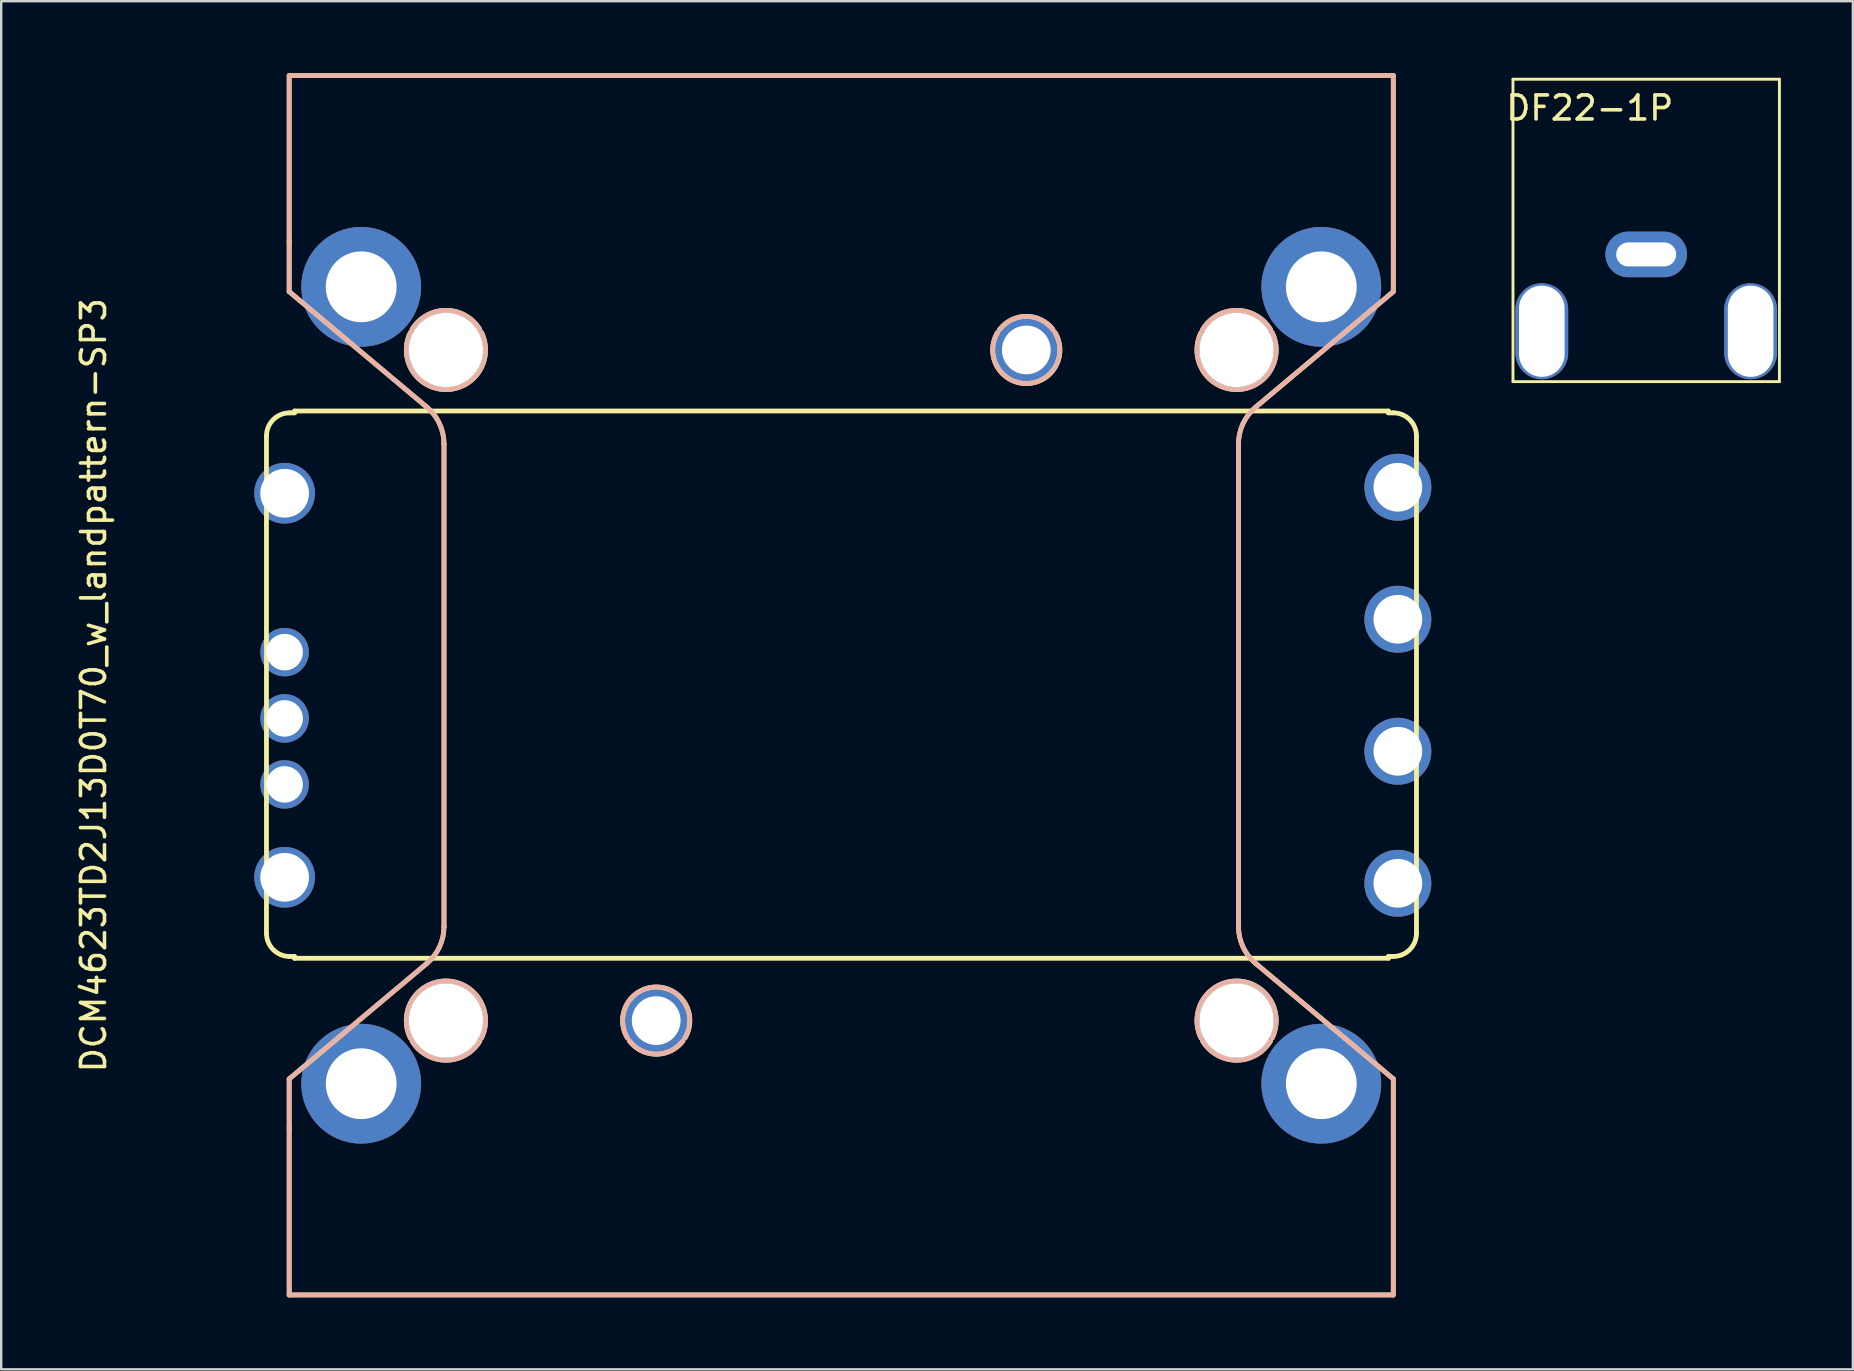
<source format=kicad_pcb>
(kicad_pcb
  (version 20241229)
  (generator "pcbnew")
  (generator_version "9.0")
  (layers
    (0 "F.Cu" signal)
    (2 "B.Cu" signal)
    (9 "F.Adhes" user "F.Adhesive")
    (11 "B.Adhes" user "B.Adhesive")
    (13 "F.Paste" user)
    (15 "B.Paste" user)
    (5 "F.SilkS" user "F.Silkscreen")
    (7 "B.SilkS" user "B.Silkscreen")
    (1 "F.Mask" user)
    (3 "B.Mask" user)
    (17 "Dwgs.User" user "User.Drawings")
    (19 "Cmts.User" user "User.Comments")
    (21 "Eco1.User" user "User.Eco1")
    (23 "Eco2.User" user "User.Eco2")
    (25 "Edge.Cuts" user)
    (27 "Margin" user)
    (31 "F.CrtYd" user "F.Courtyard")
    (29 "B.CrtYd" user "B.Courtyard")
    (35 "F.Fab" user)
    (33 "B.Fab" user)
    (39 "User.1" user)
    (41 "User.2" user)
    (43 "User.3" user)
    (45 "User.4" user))
  (footprint "DF22-1P"
    (layer "F.Cu")
    (at 59.984 0.25)
    (property "Reference" "DF22-1P" (at 3.2 1.2 0) (layer "F.SilkS") (effects (font (size 1 1) (thickness 0.15))))
    (attr through_hole)
    (fp_line (start 0 0) (end 11.1 0) (stroke (width 0.12) (type solid)) (layer "F.SilkS"))
    (fp_line (start 0 12.6) (end 0 0) (stroke (width 0.12) (type solid)) (layer "F.SilkS"))
    (fp_line (start 11.1 0) (end 11.1 12.6) (stroke (width 0.12) (type solid)) (layer "F.SilkS"))
    (fp_line (start 11.1 12.6) (end 0 12.6) (stroke (width 0.12) (type solid)) (layer "F.SilkS"))
    (pad "" thru_hole oval (at 1.2 10.5 90) (size 4 2.2) (drill oval 3.8 1.9) (layers "*.Cu" "*.Mask"))
    (pad "" thru_hole oval (at 9.9 10.5 90) (size 4 2.2) (drill oval 3.8 1.9) (layers "*.Cu" "*.Mask"))
    (pad "1" thru_hole oval (at 5.55 7.3) (size 3.4 1.9) (drill oval 2.5 1) (layers "*.Cu" "*.Mask")))
  (footprint "DCM4623TD2J13D0T70_w_landpattern-SP3"
    (layer "F.Cu")
    (at 31.998 25.5)
    (property "Reference" "DCM4623TD2J13D0T70_w_landpattern-SP3" (at -31.15 0 90) (layer "F.SilkS") (effects (font (size 1 1) (thickness 0.15))))
    (attr through_hole)
    (fp_line (start -23.947 10.332) (end -23.947 -10.385) (stroke (width 0.2) (type solid)) (layer "F.SilkS"))
    (fp_line (start -23 -25.4) (end -23 -18.505) (stroke (width 0.2) (type solid)) (layer "F.SilkS"))
    (fp_line (start -23 -18.505) (end -23 -18.378) (stroke (width 0.2) (type solid)) (layer "F.SilkS"))
    (fp_line (start -23 -18.378) (end -23 -16.4) (stroke (width 0.2) (type solid)) (layer "F.SilkS"))
    (fp_line (start -23 -16.4) (end -21.119 -14.822) (stroke (width 0.2) (type solid)) (layer "F.SilkS"))
    (fp_line (start -23 16.4) (end -23 18.378) (stroke (width 0.2) (type solid)) (layer "F.SilkS"))
    (fp_line (start -23 18.378) (end -23 18.505) (stroke (width 0.2) (type solid)) (layer "F.SilkS"))
    (fp_line (start -23 18.505) (end -23 25.4) (stroke (width 0.2) (type solid)) (layer "F.SilkS"))
    (fp_line (start -23 25.4) (end 23 25.4) (stroke (width 0.2) (type solid)) (layer "F.SilkS"))
    (fp_line (start -22.981 -11.35) (end -22.778 -11.35) (stroke (width 0.2) (type solid)) (layer "F.SilkS"))
    (fp_line (start -22.981 11.298) (end -22.778 11.298) (stroke (width 0.2) (type solid)) (layer "F.SilkS"))
    (fp_line (start -22.778 -11.426) (end -22.778 -11.35) (stroke (width 0.2) (type solid)) (layer "F.SilkS"))
    (fp_line (start -22.778 11.298) (end -22.778 11.374) (stroke (width 0.2) (type solid)) (layer "F.SilkS"))
    (fp_line (start -22.778 11.374) (end 22.797 11.374) (stroke (width 0.2) (type solid)) (layer "F.SilkS"))
    (fp_line (start -21.119 -14.822) (end -20.968 -14.695) (stroke (width 0.2) (type solid)) (layer "F.SilkS"))
    (fp_line (start -21.119 14.822) (end -23 16.4) (stroke (width 0.2) (type solid)) (layer "F.SilkS"))
    (fp_line (start -20.968 -14.695) (end -17.264 -11.587) (stroke (width 0.2) (type solid)) (layer "F.SilkS"))
    (fp_line (start -20.968 14.695) (end -21.119 14.822) (stroke (width 0.2) (type solid)) (layer "F.SilkS"))
    (fp_line (start -17.264 11.587) (end -20.968 14.695) (stroke (width 0.2) (type solid)) (layer "F.SilkS"))
    (fp_line (start -16.55 -10.055) (end -16.55 10.055) (stroke (width 0.2) (type solid)) (layer "F.SilkS"))
    (fp_line (start 16.55 10.055) (end 16.55 -10.055) (stroke (width 0.2) (type solid)) (layer "F.SilkS"))
    (fp_line (start 17.264 -11.587) (end 20.968 -14.695) (stroke (width 0.2) (type solid)) (layer "F.SilkS"))
    (fp_line (start 20.968 -14.695) (end 21.119 -14.822) (stroke (width 0.2) (type solid)) (layer "F.SilkS"))
    (fp_line (start 20.968 14.695) (end 17.264 11.587) (stroke (width 0.2) (type solid)) (layer "F.SilkS"))
    (fp_line (start 21.119 -14.822) (end 23 -16.4) (stroke (width 0.2) (type solid)) (layer "F.SilkS"))
    (fp_line (start 21.119 14.822) (end 20.968 14.695) (stroke (width 0.2) (type solid)) (layer "F.SilkS"))
    (fp_line (start 22.797 -11.426) (end -22.778 -11.426) (stroke (width 0.2) (type solid)) (layer "F.SilkS"))
    (fp_line (start 22.797 -11.426) (end 22.797 -11.35) (stroke (width 0.2) (type solid)) (layer "F.SilkS"))
    (fp_line (start 22.797 11.374) (end 22.797 11.298) (stroke (width 0.2) (type solid)) (layer "F.SilkS"))
    (fp_line (start 23 -25.4) (end -23 -25.4) (stroke (width 0.2) (type solid)) (layer "F.SilkS"))
    (fp_line (start 23 -18.505) (end 23 -25.4) (stroke (width 0.2) (type solid)) (layer "F.SilkS"))
    (fp_line (start 23 -18.378) (end 23 -18.505) (stroke (width 0.2) (type solid)) (layer "F.SilkS"))
    (fp_line (start 23 -16.4) (end 23 -18.378) (stroke (width 0.2) (type solid)) (layer "F.SilkS"))
    (fp_line (start 23 -11.35) (end 22.797 -11.35) (stroke (width 0.2) (type solid)) (layer "F.SilkS"))
    (fp_line (start 23 11.298) (end 22.797 11.298) (stroke (width 0.2) (type solid)) (layer "F.SilkS"))
    (fp_line (start 23 16.4) (end 21.119 14.822) (stroke (width 0.2) (type solid)) (layer "F.SilkS"))
    (fp_line (start 23 18.378) (end 23 16.4) (stroke (width 0.2) (type solid)) (layer "F.SilkS"))
    (fp_line (start 23 18.505) (end 23 18.378) (stroke (width 0.2) (type solid)) (layer "F.SilkS"))
    (fp_line (start 23 25.4) (end 23 18.505) (stroke (width 0.2) (type solid)) (layer "F.SilkS"))
    (fp_line (start 23.965 10.332) (end 23.965 -10.385) (stroke (width 0.2) (type solid)) (layer "F.SilkS"))
    (fp_arc (start -23.9466 -10.3848) (mid -23.663899 -11.067299) (end -22.9814 -11.35) (stroke (width 0.2) (type solid)) (layer "F.SilkS"))
    (fp_arc (start -22.9814 11.2976) (mid -23.663899 11.014899) (end -23.9466 10.3324) (stroke (width 0.2) (type solid)) (layer "F.SilkS"))
    (fp_arc (start -17.952186 14.695) (mid -16.47 12.32) (end -14.987814 14.695) (stroke (width 0.2) (type solid)) (layer "F.SilkS"))
    (fp_arc (start -17.88301 -14.822) (mid -16.47 -15.62) (end -15.05699 -14.822) (stroke (width 0.2) (type solid)) (layer "F.SilkS"))
    (fp_arc (start -17.264425 -11.587281) (mid -16.737385 -10.900429) (end -16.55 -10.055192) (stroke (width 0.2) (type solid)) (layer "F.SilkS"))
    (fp_arc (start -16.55 10.055192) (mid -16.737384 10.900429) (end -17.264425 11.587281) (stroke (width 0.2) (type solid)) (layer "F.SilkS"))
    (fp_arc (start -15.05699 14.822) (mid -16.47 15.62) (end -17.88301 14.822) (stroke (width 0.2) (type solid)) (layer "F.SilkS"))
    (fp_arc (start -14.987814 -14.695) (mid -16.47 -12.32) (end -17.952186 -14.695) (stroke (width 0.2) (type solid)) (layer "F.SilkS"))
    (fp_arc (start -8.906554 14.695) (mid -7.7089 12.57) (end -6.511246 14.695) (stroke (width 0.2) (type solid)) (layer "F.SilkS"))
    (fp_arc (start -6.598001 14.822) (mid -7.7089 15.37) (end -8.819799 14.822) (stroke (width 0.2) (type solid)) (layer "F.SilkS"))
    (fp_arc (start 6.598001 -14.822) (mid 7.7089 -15.37) (end 8.819799 -14.822) (stroke (width 0.2) (type solid)) (layer "F.SilkS"))
    (fp_arc (start 8.906554 -14.695) (mid 7.7089 -12.57) (end 6.511246 -14.695) (stroke (width 0.2) (type solid)) (layer "F.SilkS"))
    (fp_arc (start 14.987814 14.695) (mid 16.47 12.32) (end 17.952186 14.695) (stroke (width 0.2) (type solid)) (layer "F.SilkS"))
    (fp_arc (start 15.05699 -14.822) (mid 16.47 -15.62) (end 17.88301 -14.822) (stroke (width 0.2) (type solid)) (layer "F.SilkS"))
    (fp_arc (start 16.55 -10.055192) (mid 16.737384 -10.900429) (end 17.264425 -11.587281) (stroke (width 0.2) (type solid)) (layer "F.SilkS"))
    (fp_arc (start 17.264425 11.587281) (mid 16.737385 10.900429) (end 16.55 10.055192) (stroke (width 0.2) (type solid)) (layer "F.SilkS"))
    (fp_arc (start 17.88301 14.822) (mid 16.47 15.62) (end 15.05699 14.822) (stroke (width 0.2) (type solid)) (layer "F.SilkS"))
    (fp_arc (start 17.952186 -14.695) (mid 16.47 -12.32) (end 14.987814 -14.695) (stroke (width 0.2) (type solid)) (layer "F.SilkS"))
    (fp_arc (start 23 -11.35) (mid 23.682499 -11.067299) (end 23.9652 -10.3848) (stroke (width 0.2) (type solid)) (layer "F.SilkS"))
    (fp_arc (start 23.9652 10.3324) (mid 23.682499 11.014899) (end 23 11.2976) (stroke (width 0.2) (type solid)) (layer "F.SilkS"))
    (fp_circle (center -20 -16.6) (end -20 -17.625) (stroke (width 0.2) (type solid)) (fill no) (layer "F.SilkS"))
    (fp_circle (center -20 16.6) (end -20 15.575) (stroke (width 0.2) (type solid)) (fill no) (layer "F.SilkS"))
    (fp_circle (center 20 -16.6) (end 20 -17.625) (stroke (width 0.2) (type solid)) (fill no) (layer "F.SilkS"))
    (fp_circle (center 20 16.6) (end 20 15.575) (stroke (width 0.2) (type solid)) (fill no) (layer "F.SilkS"))
    (fp_line (start -23 -25.4) (end -23 -18.505) (stroke (width 0.2) (type solid)) (layer "B.SilkS"))
    (fp_line (start -23 -18.505) (end -23 -18.378) (stroke (width 0.2) (type solid)) (layer "B.SilkS"))
    (fp_line (start -23 -18.378) (end -23 -16.4) (stroke (width 0.2) (type solid)) (layer "B.SilkS"))
    (fp_line (start -23 -16.4) (end -21.119 -14.822) (stroke (width 0.2) (type solid)) (layer "B.SilkS"))
    (fp_line (start -23 16.4) (end -23 18.378) (stroke (width 0.2) (type solid)) (layer "B.SilkS"))
    (fp_line (start -23 18.378) (end -23 18.505) (stroke (width 0.2) (type solid)) (layer "B.SilkS"))
    (fp_line (start -23 18.505) (end -23 25.4) (stroke (width 0.2) (type solid)) (layer "B.SilkS"))
    (fp_line (start -23 25.4) (end 23 25.4) (stroke (width 0.2) (type solid)) (layer "B.SilkS"))
    (fp_line (start -21.119 -14.822) (end -20.968 -14.695) (stroke (width 0.2) (type solid)) (layer "B.SilkS"))
    (fp_line (start -21.119 14.822) (end -23 16.4) (stroke (width 0.2) (type solid)) (layer "B.SilkS"))
    (fp_line (start -20.968 -14.695) (end -17.264 -11.587) (stroke (width 0.2) (type solid)) (layer "B.SilkS"))
    (fp_line (start -20.968 14.695) (end -21.119 14.822) (stroke (width 0.2) (type solid)) (layer "B.SilkS"))
    (fp_line (start -17.264 11.587) (end -20.968 14.695) (stroke (width 0.2) (type solid)) (layer "B.SilkS"))
    (fp_line (start -16.55 -10.055) (end -16.55 10.055) (stroke (width 0.2) (type solid)) (layer "B.SilkS"))
    (fp_line (start 16.55 10.055) (end 16.55 -10.055) (stroke (width 0.2) (type solid)) (layer "B.SilkS"))
    (fp_line (start 17.264 -11.587) (end 20.968 -14.695) (stroke (width 0.2) (type solid)) (layer "B.SilkS"))
    (fp_line (start 20.968 -14.695) (end 21.119 -14.822) (stroke (width 0.2) (type solid)) (layer "B.SilkS"))
    (fp_line (start 20.968 14.695) (end 17.264 11.587) (stroke (width 0.2) (type solid)) (layer "B.SilkS"))
    (fp_line (start 21.119 -14.822) (end 23 -16.4) (stroke (width 0.2) (type solid)) (layer "B.SilkS"))
    (fp_line (start 21.119 14.822) (end 20.968 14.695) (stroke (width 0.2) (type solid)) (layer "B.SilkS"))
    (fp_line (start 23 -25.4) (end -23 -25.4) (stroke (width 0.2) (type solid)) (layer "B.SilkS"))
    (fp_line (start 23 -18.505) (end 23 -25.4) (stroke (width 0.2) (type solid)) (layer "B.SilkS"))
    (fp_line (start 23 -18.378) (end 23 -18.505) (stroke (width 0.2) (type solid)) (layer "B.SilkS"))
    (fp_line (start 23 -16.4) (end 23 -18.378) (stroke (width 0.2) (type solid)) (layer "B.SilkS"))
    (fp_line (start 23 16.4) (end 21.119 14.822) (stroke (width 0.2) (type solid)) (layer "B.SilkS"))
    (fp_line (start 23 18.378) (end 23 16.4) (stroke (width 0.2) (type solid)) (layer "B.SilkS"))
    (fp_line (start 23 18.505) (end 23 18.378) (stroke (width 0.2) (type solid)) (layer "B.SilkS"))
    (fp_line (start 23 25.4) (end 23 18.505) (stroke (width 0.2) (type solid)) (layer "B.SilkS"))
    (fp_arc (start -17.952186 14.695) (mid -16.47 12.32) (end -14.987814 14.695) (stroke (width 0.2) (type solid)) (layer "B.SilkS"))
    (fp_arc (start -17.88301 -14.822) (mid -16.47 -15.62) (end -15.05699 -14.822) (stroke (width 0.2) (type solid)) (layer "B.SilkS"))
    (fp_arc (start -17.264425 -11.587281) (mid -16.737385 -10.900429) (end -16.55 -10.055192) (stroke (width 0.2) (type solid)) (layer "B.SilkS"))
    (fp_arc (start -16.55 10.055192) (mid -16.737384 10.900429) (end -17.264425 11.587281) (stroke (width 0.2) (type solid)) (layer "B.SilkS"))
    (fp_arc (start -15.05699 14.822) (mid -16.47 15.62) (end -17.88301 14.822) (stroke (width 0.2) (type solid)) (layer "B.SilkS"))
    (fp_arc (start -14.987814 -14.695) (mid -16.47 -12.32) (end -17.952186 -14.695) (stroke (width 0.2) (type solid)) (layer "B.SilkS"))
    (fp_arc (start -8.906554 14.695) (mid -7.7089 12.57) (end -6.511246 14.695) (stroke (width 0.2) (type solid)) (layer "B.SilkS"))
    (fp_arc (start -6.598001 14.822) (mid -7.7089 15.37) (end -8.819799 14.822) (stroke (width 0.2) (type solid)) (layer "B.SilkS"))
    (fp_arc (start 6.598001 -14.822) (mid 7.7089 -15.37) (end 8.819799 -14.822) (stroke (width 0.2) (type solid)) (layer "B.SilkS"))
    (fp_arc (start 8.906554 -14.695) (mid 7.7089 -12.57) (end 6.511246 -14.695) (stroke (width 0.2) (type solid)) (layer "B.SilkS"))
    (fp_arc (start 14.987814 14.695) (mid 16.47 12.32) (end 17.952186 14.695) (stroke (width 0.2) (type solid)) (layer "B.SilkS"))
    (fp_arc (start 15.05699 -14.822) (mid 16.47 -15.62) (end 17.88301 -14.822) (stroke (width 0.2) (type solid)) (layer "B.SilkS"))
    (fp_arc (start 16.55 -10.055192) (mid 16.737384 -10.900429) (end 17.264425 -11.587281) (stroke (width 0.2) (type solid)) (layer "B.SilkS"))
    (fp_arc (start 17.264425 11.587281) (mid 16.737385 10.900429) (end 16.55 10.055192) (stroke (width 0.2) (type solid)) (layer "B.SilkS"))
    (fp_arc (start 17.88301 14.822) (mid 16.47 15.62) (end 15.05699 14.822) (stroke (width 0.2) (type solid)) (layer "B.SilkS"))
    (fp_arc (start 17.952186 -14.695) (mid 16.47 -12.32) (end 14.987814 -14.695) (stroke (width 0.2) (type solid)) (layer "B.SilkS"))
    (fp_circle (center -20 -16.6) (end -20 -17.625) (stroke (width 0.2) (type solid)) (fill no) (layer "B.SilkS"))
    (fp_circle (center -20 16.6) (end -20 15.575) (stroke (width 0.2) (type solid)) (fill no) (layer "B.SilkS"))
    (fp_circle (center 20 -16.6) (end 20 -17.625) (stroke (width 0.2) (type solid)) (fill no) (layer "B.SilkS"))
    (fp_circle (center 20 16.6) (end 20 15.575) (stroke (width 0.2) (type solid)) (fill no) (layer "B.SilkS"))
    (pad "" thru_hole circle (at -20 -16.6) (size 4.99 4.99) (drill 2.95) (layers "*.Cu" "*.Mask"))
    (pad "" thru_hole circle (at -20 16.6) (size 4.99 4.99) (drill 2.95) (layers "*.Cu" "*.Mask"))
    (pad "" np_thru_hole circle (at -16.47 -13.97) (size 3.1 3.1) (drill 3.1) (layers "*.Cu" "*.Mask"))
    (pad "" np_thru_hole circle (at -16.47 13.97) (size 3.1 3.1) (drill 3.1) (layers "*.Cu" "*.Mask"))
    (pad "" thru_hole circle (at -7.71 13.97) (size 2.79 2.79) (drill 2.03) (layers "*.Cu" "*.Mask"))
    (pad "" thru_hole circle (at 7.71 -13.97) (size 2.79 2.79) (drill 2.03) (layers "*.Cu" "*.Mask"))
    (pad "" np_thru_hole circle (at 16.47 -13.97) (size 3.1 3.1) (drill 3.1) (layers "*.Cu" "*.Mask"))
    (pad "" np_thru_hole circle (at 16.47 13.97) (size 3.1 3.1) (drill 3.1) (layers "*.Cu" "*.Mask"))
    (pad "" thru_hole circle (at 20 -16.6) (size 4.99 4.99) (drill 2.95) (layers "*.Cu" "*.Mask"))
    (pad "" thru_hole circle (at 20 16.6) (size 4.99 4.99) (drill 2.95) (layers "*.Cu" "*.Mask"))
    (pad "1" thru_hole circle (at -23.19 -8) (size 2.53 2.53) (drill 2.03) (layers "*.Cu" "*.Mask"))
    (pad "2" thru_hole circle (at -23.19 -1.38) (size 2.02 2.02) (drill 1.52) (layers "*.Cu" "*.Mask"))
    (pad "3" thru_hole circle (at -23.19 1.38) (size 2.02 2.02) (drill 1.52) (layers "*.Cu" "*.Mask"))
    (pad "4" thru_hole circle (at -23.19 4.13) (size 2.02 2.02) (drill 1.52) (layers "*.Cu" "*.Mask"))
    (pad "5" thru_hole circle (at -23.19 8) (size 2.53 2.53) (drill 2.03) (layers "*.Cu" "*.Mask"))
    (pad "6" thru_hole circle (at 23.19 8.25) (size 2.79 2.79) (drill 2.03) (layers "*.Cu" "*.Mask"))
    (pad "7" thru_hole circle (at 23.19 2.75) (size 2.79 2.79) (drill 2.03) (layers "*.Cu" "*.Mask"))
    (pad "8" thru_hole circle (at 23.19 -2.75) (size 2.79 2.79) (drill 2.03) (layers "*.Cu" "*.Mask"))
    (pad "9" thru_hole circle (at 23.19 -8.25) (size 2.79 2.79) (drill 2.03) (layers "*.Cu" "*.Mask")))
  (gr_rect
    (start -3 -3)
    (end 74.144 54)
    (stroke (width 0.1) (type default))
    (fill no)
    (layer "Edge.Cuts")))
</source>
